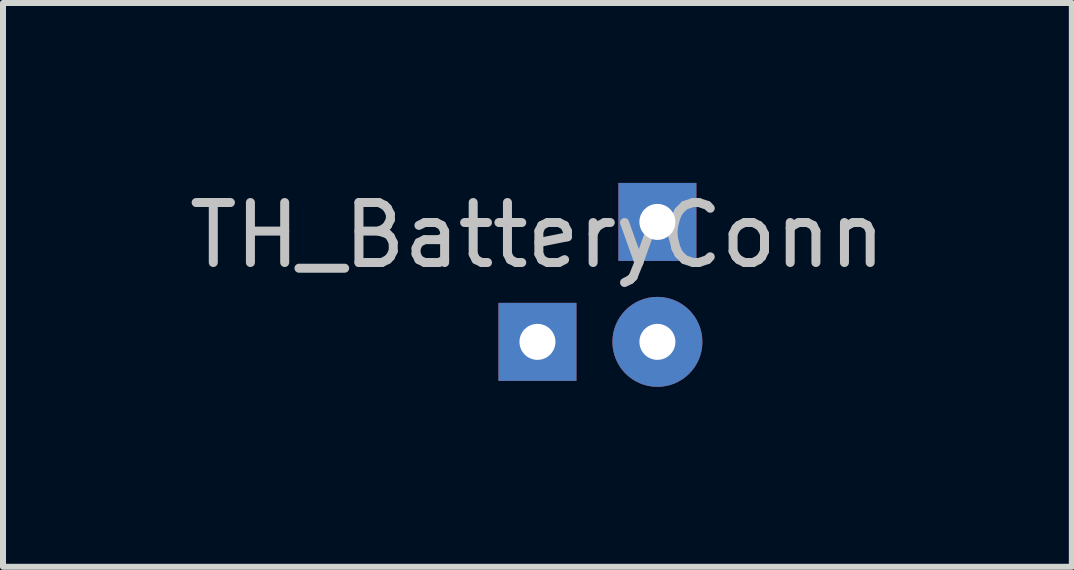
<source format=kicad_pcb>
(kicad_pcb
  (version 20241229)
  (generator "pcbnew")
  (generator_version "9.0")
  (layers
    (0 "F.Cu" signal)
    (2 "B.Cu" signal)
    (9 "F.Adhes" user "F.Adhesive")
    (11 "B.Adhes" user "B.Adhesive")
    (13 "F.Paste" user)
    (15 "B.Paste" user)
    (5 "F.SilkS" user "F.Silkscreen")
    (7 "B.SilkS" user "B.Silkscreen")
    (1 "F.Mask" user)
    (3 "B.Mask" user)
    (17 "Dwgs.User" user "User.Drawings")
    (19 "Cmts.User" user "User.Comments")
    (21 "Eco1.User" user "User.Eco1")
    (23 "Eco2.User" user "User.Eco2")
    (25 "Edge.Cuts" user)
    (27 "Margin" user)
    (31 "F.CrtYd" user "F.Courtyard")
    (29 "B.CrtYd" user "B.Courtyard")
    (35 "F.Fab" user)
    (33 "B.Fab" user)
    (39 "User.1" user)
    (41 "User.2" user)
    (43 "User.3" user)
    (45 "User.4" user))
  (footprint "TH_BatteryConn"
    (layer "F.Cu")
    (at 5.911 2.65)
    (property "Reference" "TH_BatteryConn" (at 0 -1.778 0) (layer "Dwgs.User") (effects (font (size 1 1) (thickness 0.15))))
    (attr through_hole)
    (pad "1" thru_hole rect (at 0 0) (size 1.3 1.3) (drill 0.6) (layers "*.Cu" "*.Mask"))
    (pad "1" thru_hole rect (at 2 -2) (size 1.3 1.3) (drill 0.6) (layers "*.Cu" "*.Mask"))
    (pad "2" thru_hole circle (at 2 0) (size 1.5 1.5) (drill 0.6) (layers "*.Cu" "*.Mask")))
  (gr_rect
    (start -3 -3)
    (end 14.821 6.4)
    (stroke (width 0.1) (type default))
    (fill no)
    (layer "Edge.Cuts")))
</source>
